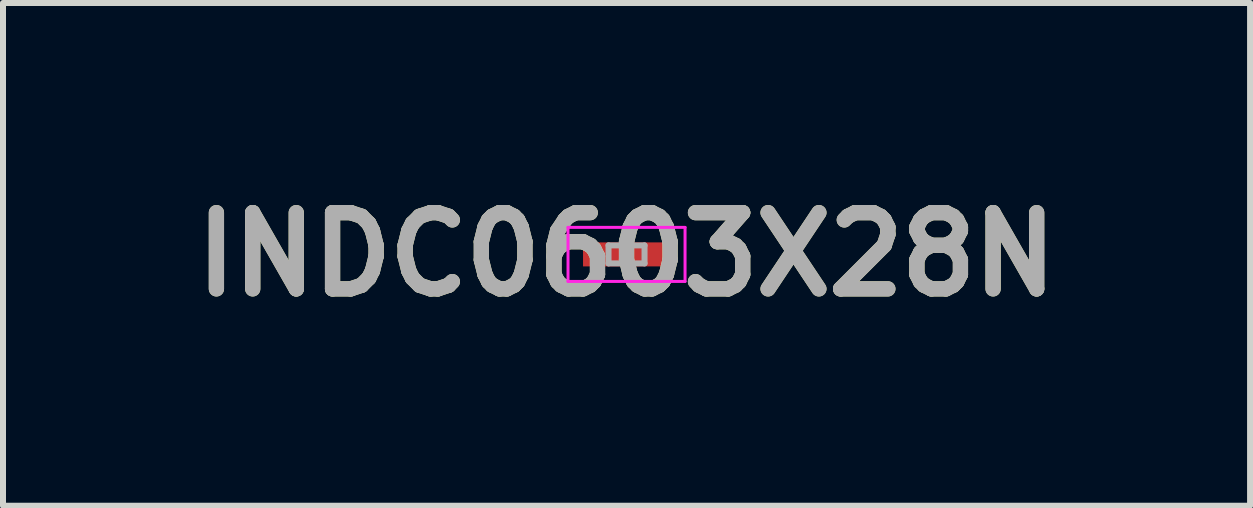
<source format=kicad_pcb>
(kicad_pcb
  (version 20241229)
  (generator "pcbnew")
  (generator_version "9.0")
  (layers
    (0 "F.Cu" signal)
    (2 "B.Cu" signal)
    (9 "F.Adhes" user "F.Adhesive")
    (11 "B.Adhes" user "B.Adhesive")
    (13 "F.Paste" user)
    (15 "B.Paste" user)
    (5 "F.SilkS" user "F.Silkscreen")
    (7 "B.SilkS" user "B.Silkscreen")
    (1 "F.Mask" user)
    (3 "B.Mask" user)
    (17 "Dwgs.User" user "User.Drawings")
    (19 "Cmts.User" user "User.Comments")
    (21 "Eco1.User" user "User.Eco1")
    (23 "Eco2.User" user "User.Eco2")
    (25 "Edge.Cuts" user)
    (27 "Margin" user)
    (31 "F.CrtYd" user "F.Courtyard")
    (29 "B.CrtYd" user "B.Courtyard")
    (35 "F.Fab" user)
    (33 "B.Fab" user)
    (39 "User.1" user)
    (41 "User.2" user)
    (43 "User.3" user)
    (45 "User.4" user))
  (footprint "INDC0603X28N"
    (layer "F.Cu")
    (at 7.39 1.189)
    (property "Reference" "INDC0603X28N" (at 0 0 0) (layer "F.SilkS") (effects (font (size 1.27 1.27) (thickness 0.254))))
    (attr smd)
    (fp_line (start 0 -0.05) (end 0 0.05) (stroke (width 0.2) (type solid)) (layer "F.SilkS"))
    (fp_line (start -0.975 -0.45) (end 0.975 -0.45) (stroke (width 0.05) (type solid)) (layer "F.CrtYd"))
    (fp_line (start -0.975 0.45) (end -0.975 -0.45) (stroke (width 0.05) (type solid)) (layer "F.CrtYd"))
    (fp_line (start 0.975 -0.45) (end 0.975 0.45) (stroke (width 0.05) (type solid)) (layer "F.CrtYd"))
    (fp_line (start 0.975 0.45) (end -0.975 0.45) (stroke (width 0.05) (type solid)) (layer "F.CrtYd"))
    (fp_line (start -0.3 -0.15) (end 0.3 -0.15) (stroke (width 0.1) (type solid)) (layer "F.Fab"))
    (fp_line (start -0.3 0.15) (end -0.3 -0.15) (stroke (width 0.1) (type solid)) (layer "F.Fab"))
    (fp_line (start 0.3 -0.15) (end 0.3 0.15) (stroke (width 0.1) (type solid)) (layer "F.Fab"))
    (fp_line (start 0.3 0.15) (end -0.3 0.15) (stroke (width 0.1) (type solid)) (layer "F.Fab"))
    (fp_text user "${REFERENCE}" (at 0 0 0) (layer "F.Fab") (effects (font (size 1.27 1.27) (thickness 0.254))))
    (pad "1" smd rect (at -0.4 0 90) (size 0.4 0.65) (layers "F.Cu" "F.Mask" "F.Paste"))
    (pad "2" smd rect (at 0.4 0 90) (size 0.4 0.65) (layers "F.Cu" "F.Mask" "F.Paste")))
  (gr_rect
    (start -3 -3)
    (end 17.78 5.377)
    (stroke (width 0.1) (type default))
    (fill no)
    (layer "Edge.Cuts")))
</source>
